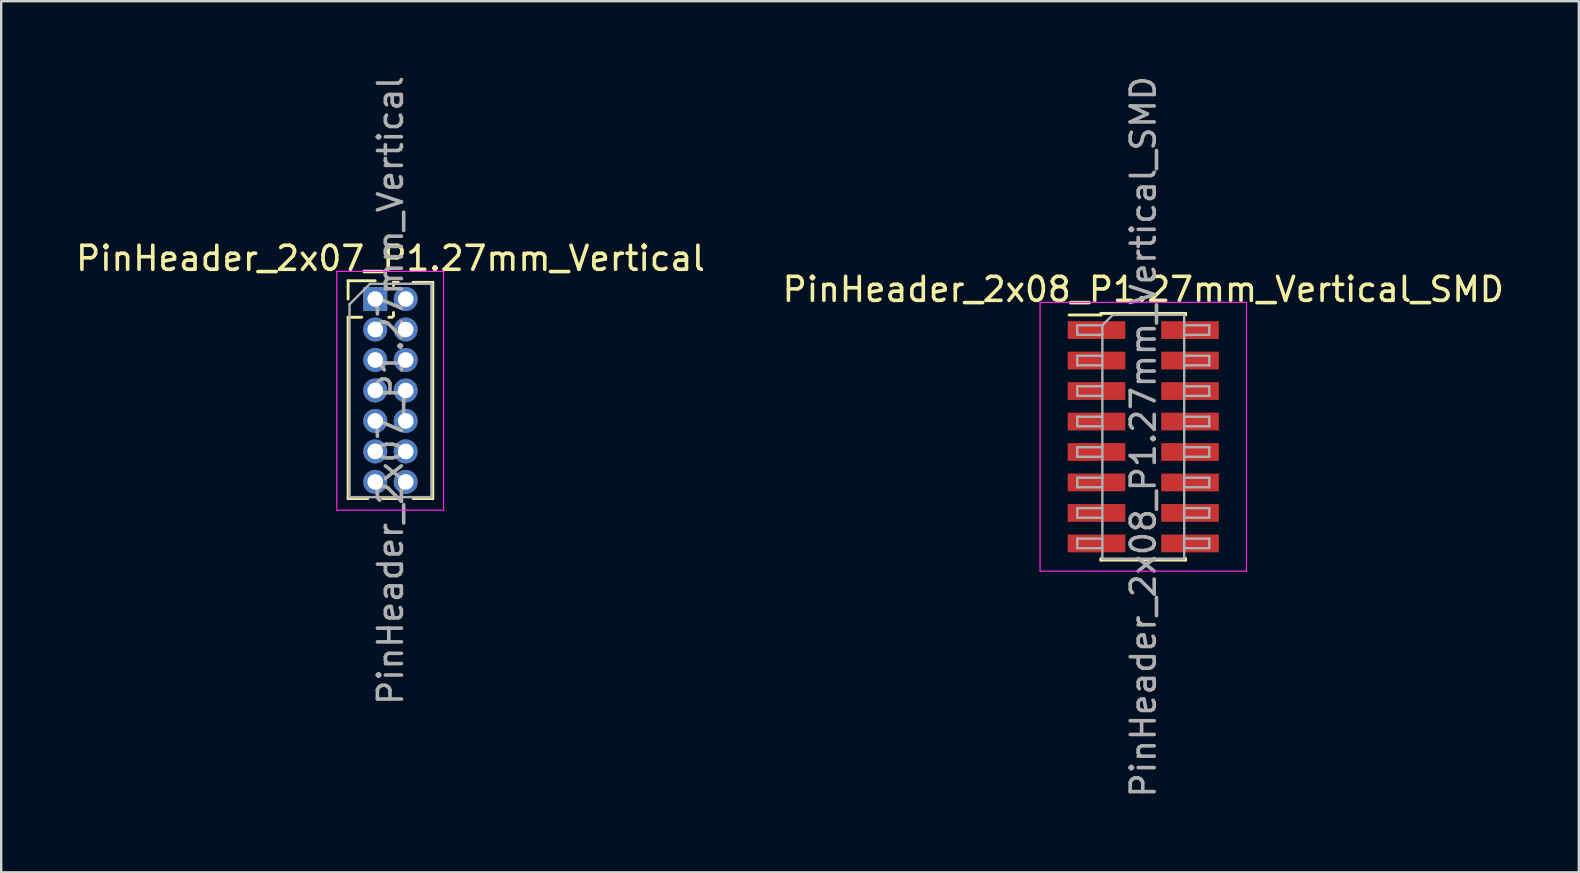
<source format=kicad_pcb>
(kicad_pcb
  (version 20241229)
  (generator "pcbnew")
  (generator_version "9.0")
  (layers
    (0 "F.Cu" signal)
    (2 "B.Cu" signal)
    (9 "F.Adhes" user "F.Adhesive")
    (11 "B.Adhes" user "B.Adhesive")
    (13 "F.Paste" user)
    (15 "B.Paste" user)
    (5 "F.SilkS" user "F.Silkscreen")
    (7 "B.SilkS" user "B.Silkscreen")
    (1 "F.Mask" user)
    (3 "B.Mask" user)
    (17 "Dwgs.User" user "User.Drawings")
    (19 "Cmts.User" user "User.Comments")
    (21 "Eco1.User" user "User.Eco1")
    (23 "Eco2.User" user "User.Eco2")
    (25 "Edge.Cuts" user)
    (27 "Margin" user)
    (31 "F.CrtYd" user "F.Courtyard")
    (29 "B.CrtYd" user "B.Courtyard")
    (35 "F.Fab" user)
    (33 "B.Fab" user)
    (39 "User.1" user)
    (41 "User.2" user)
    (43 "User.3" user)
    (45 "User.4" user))
  (footprint "PinHeader_2x07_P1.27mm_Vertical"
    (layer "F.Cu")
    (at 12.585 9.41)
    (property "Reference" "PinHeader_2x07_P1.27mm_Vertical" (at 0.635 -1.695 0) (layer "F.SilkS") (effects (font (size 1 1) (thickness 0.15))))
    (attr through_hole)
    (fp_line (start -1.13 -0.76) (end 0 -0.76) (stroke (width 0.12) (type solid)) (layer "F.SilkS"))
    (fp_line (start -1.13 0) (end -1.13 -0.76) (stroke (width 0.12) (type solid)) (layer "F.SilkS"))
    (fp_line (start -1.13 0.76) (end -1.13 8.315) (stroke (width 0.12) (type solid)) (layer "F.SilkS"))
    (fp_line (start -1.13 0.76) (end -0.563 0.76) (stroke (width 0.12) (type solid)) (layer "F.SilkS"))
    (fp_line (start -1.13 8.315) (end -0.308 8.315) (stroke (width 0.12) (type solid)) (layer "F.SilkS"))
    (fp_line (start 0.308 8.315) (end 0.962 8.315) (stroke (width 0.12) (type solid)) (layer "F.SilkS"))
    (fp_line (start 0.563 0.76) (end 0.707 0.76) (stroke (width 0.12) (type solid)) (layer "F.SilkS"))
    (fp_line (start 0.76 -0.695) (end 0.962 -0.695) (stroke (width 0.12) (type solid)) (layer "F.SilkS"))
    (fp_line (start 0.76 -0.563) (end 0.76 -0.695) (stroke (width 0.12) (type solid)) (layer "F.SilkS"))
    (fp_line (start 0.76 0.707) (end 0.76 0.563) (stroke (width 0.12) (type solid)) (layer "F.SilkS"))
    (fp_line (start 1.578 -0.695) (end 2.4 -0.695) (stroke (width 0.12) (type solid)) (layer "F.SilkS"))
    (fp_line (start 1.578 8.315) (end 2.4 8.315) (stroke (width 0.12) (type solid)) (layer "F.SilkS"))
    (fp_line (start 2.4 -0.695) (end 2.4 8.315) (stroke (width 0.12) (type solid)) (layer "F.SilkS"))
    (fp_line (start -1.6 -1.15) (end -1.6 8.8) (stroke (width 0.05) (type solid)) (layer "F.CrtYd"))
    (fp_line (start -1.6 8.8) (end 2.85 8.8) (stroke (width 0.05) (type solid)) (layer "F.CrtYd"))
    (fp_line (start 2.85 -1.15) (end -1.6 -1.15) (stroke (width 0.05) (type solid)) (layer "F.CrtYd"))
    (fp_line (start 2.85 8.8) (end 2.85 -1.15) (stroke (width 0.05) (type solid)) (layer "F.CrtYd"))
    (fp_line (start -1.07 0.217) (end -0.217 -0.635) (stroke (width 0.1) (type solid)) (layer "F.Fab"))
    (fp_line (start -1.07 8.255) (end -1.07 0.217) (stroke (width 0.1) (type solid)) (layer "F.Fab"))
    (fp_line (start -0.217 -0.635) (end 2.34 -0.635) (stroke (width 0.1) (type solid)) (layer "F.Fab"))
    (fp_line (start 2.34 -0.635) (end 2.34 8.255) (stroke (width 0.1) (type solid)) (layer "F.Fab"))
    (fp_line (start 2.34 8.255) (end -1.07 8.255) (stroke (width 0.1) (type solid)) (layer "F.Fab"))
    (fp_text user "${REFERENCE}" (at 0.635 3.81 90) (layer "F.Fab") (effects (font (size 1 1) (thickness 0.15))))
    (pad "1" thru_hole rect (at 0 0) (size 1 1) (drill 0.65) (layers "*.Cu" "*.Mask"))
    (pad "2" thru_hole oval (at 1.27 0) (size 1 1) (drill 0.65) (layers "*.Cu" "*.Mask"))
    (pad "3" thru_hole oval (at 0 1.27) (size 1 1) (drill 0.65) (layers "*.Cu" "*.Mask"))
    (pad "4" thru_hole oval (at 1.27 1.27) (size 1 1) (drill 0.65) (layers "*.Cu" "*.Mask"))
    (pad "5" thru_hole oval (at 0 2.54) (size 1 1) (drill 0.65) (layers "*.Cu" "*.Mask"))
    (pad "6" thru_hole oval (at 1.27 2.54) (size 1 1) (drill 0.65) (layers "*.Cu" "*.Mask"))
    (pad "7" thru_hole oval (at 0 3.81) (size 1 1) (drill 0.65) (layers "*.Cu" "*.Mask"))
    (pad "8" thru_hole oval (at 1.27 3.81) (size 1 1) (drill 0.65) (layers "*.Cu" "*.Mask"))
    (pad "9" thru_hole oval (at 0 5.08) (size 1 1) (drill 0.65) (layers "*.Cu" "*.Mask"))
    (pad "10" thru_hole oval (at 1.27 5.08) (size 1 1) (drill 0.65) (layers "*.Cu" "*.Mask"))
    (pad "11" thru_hole oval (at 0 6.35) (size 1 1) (drill 0.65) (layers "*.Cu" "*.Mask"))
    (pad "12" thru_hole oval (at 1.27 6.35) (size 1 1) (drill 0.65) (layers "*.Cu" "*.Mask"))
    (pad "13" thru_hole oval (at 0 7.62) (size 1 1) (drill 0.65) (layers "*.Cu" "*.Mask"))
    (pad "14" thru_hole oval (at 1.27 7.62) (size 1 1) (drill 0.65) (layers "*.Cu" "*.Mask")))
  (footprint "PinHeader_2x08_P1.27mm_Vertical_SMD"
    (layer "F.Cu")
    (at 44.589 15.149)
    (property "Reference" "PinHeader_2x08_P1.27mm_Vertical_SMD" (at 0 -6.14 0) (layer "F.SilkS") (effects (font (size 1 1) (thickness 0.15))))
    (attr smd)
    (fp_line (start -3.09 -5.075) (end -1.765 -5.075) (stroke (width 0.12) (type solid)) (layer "F.SilkS"))
    (fp_line (start -1.765 -5.14) (end -1.765 -5.075) (stroke (width 0.12) (type solid)) (layer "F.SilkS"))
    (fp_line (start -1.765 -5.14) (end 1.765 -5.14) (stroke (width 0.12) (type solid)) (layer "F.SilkS"))
    (fp_line (start -1.765 5.075) (end -1.765 5.14) (stroke (width 0.12) (type solid)) (layer "F.SilkS"))
    (fp_line (start -1.765 5.14) (end 1.765 5.14) (stroke (width 0.12) (type solid)) (layer "F.SilkS"))
    (fp_line (start 1.765 -5.14) (end 1.765 -5.075) (stroke (width 0.12) (type solid)) (layer "F.SilkS"))
    (fp_line (start 1.765 5.075) (end 1.765 5.14) (stroke (width 0.12) (type solid)) (layer "F.SilkS"))
    (fp_line (start -4.3 -5.6) (end -4.3 5.6) (stroke (width 0.05) (type solid)) (layer "F.CrtYd"))
    (fp_line (start -4.3 5.6) (end 4.3 5.6) (stroke (width 0.05) (type solid)) (layer "F.CrtYd"))
    (fp_line (start 4.3 -5.6) (end -4.3 -5.6) (stroke (width 0.05) (type solid)) (layer "F.CrtYd"))
    (fp_line (start 4.3 5.6) (end 4.3 -5.6) (stroke (width 0.05) (type solid)) (layer "F.CrtYd"))
    (fp_line (start -2.75 -4.645) (end -2.75 -4.245) (stroke (width 0.1) (type solid)) (layer "F.Fab"))
    (fp_line (start -2.75 -4.245) (end -1.705 -4.245) (stroke (width 0.1) (type solid)) (layer "F.Fab"))
    (fp_line (start -2.75 -3.375) (end -2.75 -2.975) (stroke (width 0.1) (type solid)) (layer "F.Fab"))
    (fp_line (start -2.75 -2.975) (end -1.705 -2.975) (stroke (width 0.1) (type solid)) (layer "F.Fab"))
    (fp_line (start -2.75 -2.105) (end -2.75 -1.705) (stroke (width 0.1) (type solid)) (layer "F.Fab"))
    (fp_line (start -2.75 -1.705) (end -1.705 -1.705) (stroke (width 0.1) (type solid)) (layer "F.Fab"))
    (fp_line (start -2.75 -0.835) (end -2.75 -0.435) (stroke (width 0.1) (type solid)) (layer "F.Fab"))
    (fp_line (start -2.75 -0.435) (end -1.705 -0.435) (stroke (width 0.1) (type solid)) (layer "F.Fab"))
    (fp_line (start -2.75 0.435) (end -2.75 0.835) (stroke (width 0.1) (type solid)) (layer "F.Fab"))
    (fp_line (start -2.75 0.835) (end -1.705 0.835) (stroke (width 0.1) (type solid)) (layer "F.Fab"))
    (fp_line (start -2.75 1.705) (end -2.75 2.105) (stroke (width 0.1) (type solid)) (layer "F.Fab"))
    (fp_line (start -2.75 2.105) (end -1.705 2.105) (stroke (width 0.1) (type solid)) (layer "F.Fab"))
    (fp_line (start -2.75 2.975) (end -2.75 3.375) (stroke (width 0.1) (type solid)) (layer "F.Fab"))
    (fp_line (start -2.75 3.375) (end -1.705 3.375) (stroke (width 0.1) (type solid)) (layer "F.Fab"))
    (fp_line (start -2.75 4.245) (end -2.75 4.645) (stroke (width 0.1) (type solid)) (layer "F.Fab"))
    (fp_line (start -2.75 4.645) (end -1.705 4.645) (stroke (width 0.1) (type solid)) (layer "F.Fab"))
    (fp_line (start -1.705 -4.645) (end -2.75 -4.645) (stroke (width 0.1) (type solid)) (layer "F.Fab"))
    (fp_line (start -1.705 -4.645) (end -1.27 -5.08) (stroke (width 0.1) (type solid)) (layer "F.Fab"))
    (fp_line (start -1.705 -3.375) (end -2.75 -3.375) (stroke (width 0.1) (type solid)) (layer "F.Fab"))
    (fp_line (start -1.705 -2.105) (end -2.75 -2.105) (stroke (width 0.1) (type solid)) (layer "F.Fab"))
    (fp_line (start -1.705 -0.835) (end -2.75 -0.835) (stroke (width 0.1) (type solid)) (layer "F.Fab"))
    (fp_line (start -1.705 0.435) (end -2.75 0.435) (stroke (width 0.1) (type solid)) (layer "F.Fab"))
    (fp_line (start -1.705 1.705) (end -2.75 1.705) (stroke (width 0.1) (type solid)) (layer "F.Fab"))
    (fp_line (start -1.705 2.975) (end -2.75 2.975) (stroke (width 0.1) (type solid)) (layer "F.Fab"))
    (fp_line (start -1.705 4.245) (end -2.75 4.245) (stroke (width 0.1) (type solid)) (layer "F.Fab"))
    (fp_line (start -1.705 5.08) (end -1.705 -4.645) (stroke (width 0.1) (type solid)) (layer "F.Fab"))
    (fp_line (start -1.27 -5.08) (end 1.705 -5.08) (stroke (width 0.1) (type solid)) (layer "F.Fab"))
    (fp_line (start 1.705 -5.08) (end 1.705 5.08) (stroke (width 0.1) (type solid)) (layer "F.Fab"))
    (fp_line (start 1.705 -4.645) (end 2.75 -4.645) (stroke (width 0.1) (type solid)) (layer "F.Fab"))
    (fp_line (start 1.705 -3.375) (end 2.75 -3.375) (stroke (width 0.1) (type solid)) (layer "F.Fab"))
    (fp_line (start 1.705 -2.105) (end 2.75 -2.105) (stroke (width 0.1) (type solid)) (layer "F.Fab"))
    (fp_line (start 1.705 -0.835) (end 2.75 -0.835) (stroke (width 0.1) (type solid)) (layer "F.Fab"))
    (fp_line (start 1.705 0.435) (end 2.75 0.435) (stroke (width 0.1) (type solid)) (layer "F.Fab"))
    (fp_line (start 1.705 1.705) (end 2.75 1.705) (stroke (width 0.1) (type solid)) (layer "F.Fab"))
    (fp_line (start 1.705 2.975) (end 2.75 2.975) (stroke (width 0.1) (type solid)) (layer "F.Fab"))
    (fp_line (start 1.705 4.245) (end 2.75 4.245) (stroke (width 0.1) (type solid)) (layer "F.Fab"))
    (fp_line (start 1.705 5.08) (end -1.705 5.08) (stroke (width 0.1) (type solid)) (layer "F.Fab"))
    (fp_line (start 2.75 -4.645) (end 2.75 -4.245) (stroke (width 0.1) (type solid)) (layer "F.Fab"))
    (fp_line (start 2.75 -4.245) (end 1.705 -4.245) (stroke (width 0.1) (type solid)) (layer "F.Fab"))
    (fp_line (start 2.75 -3.375) (end 2.75 -2.975) (stroke (width 0.1) (type solid)) (layer "F.Fab"))
    (fp_line (start 2.75 -2.975) (end 1.705 -2.975) (stroke (width 0.1) (type solid)) (layer "F.Fab"))
    (fp_line (start 2.75 -2.105) (end 2.75 -1.705) (stroke (width 0.1) (type solid)) (layer "F.Fab"))
    (fp_line (start 2.75 -1.705) (end 1.705 -1.705) (stroke (width 0.1) (type solid)) (layer "F.Fab"))
    (fp_line (start 2.75 -0.835) (end 2.75 -0.435) (stroke (width 0.1) (type solid)) (layer "F.Fab"))
    (fp_line (start 2.75 -0.435) (end 1.705 -0.435) (stroke (width 0.1) (type solid)) (layer "F.Fab"))
    (fp_line (start 2.75 0.435) (end 2.75 0.835) (stroke (width 0.1) (type solid)) (layer "F.Fab"))
    (fp_line (start 2.75 0.835) (end 1.705 0.835) (stroke (width 0.1) (type solid)) (layer "F.Fab"))
    (fp_line (start 2.75 1.705) (end 2.75 2.105) (stroke (width 0.1) (type solid)) (layer "F.Fab"))
    (fp_line (start 2.75 2.105) (end 1.705 2.105) (stroke (width 0.1) (type solid)) (layer "F.Fab"))
    (fp_line (start 2.75 2.975) (end 2.75 3.375) (stroke (width 0.1) (type solid)) (layer "F.Fab"))
    (fp_line (start 2.75 3.375) (end 1.705 3.375) (stroke (width 0.1) (type solid)) (layer "F.Fab"))
    (fp_line (start 2.75 4.245) (end 2.75 4.645) (stroke (width 0.1) (type solid)) (layer "F.Fab"))
    (fp_line (start 2.75 4.645) (end 1.705 4.645) (stroke (width 0.1) (type solid)) (layer "F.Fab"))
    (fp_text user "${REFERENCE}" (at 0 0 90) (layer "F.Fab") (effects (font (size 1 1) (thickness 0.15))))
    (pad "1" smd rect (at -1.95 -4.445) (size 2.4 0.74) (layers "F.Cu" "F.Mask" "F.Paste"))
    (pad "2" smd rect (at 1.95 -4.445) (size 2.4 0.74) (layers "F.Cu" "F.Mask" "F.Paste"))
    (pad "3" smd rect (at -1.95 -3.175) (size 2.4 0.74) (layers "F.Cu" "F.Mask" "F.Paste"))
    (pad "4" smd rect (at 1.95 -3.175) (size 2.4 0.74) (layers "F.Cu" "F.Mask" "F.Paste"))
    (pad "5" smd rect (at -1.95 -1.905) (size 2.4 0.74) (layers "F.Cu" "F.Mask" "F.Paste"))
    (pad "6" smd rect (at 1.95 -1.905) (size 2.4 0.74) (layers "F.Cu" "F.Mask" "F.Paste"))
    (pad "7" smd rect (at -1.95 -0.635) (size 2.4 0.74) (layers "F.Cu" "F.Mask" "F.Paste"))
    (pad "8" smd rect (at 1.95 -0.635) (size 2.4 0.74) (layers "F.Cu" "F.Mask" "F.Paste"))
    (pad "9" smd rect (at -1.95 0.635) (size 2.4 0.74) (layers "F.Cu" "F.Mask" "F.Paste"))
    (pad "10" smd rect (at 1.95 0.635) (size 2.4 0.74) (layers "F.Cu" "F.Mask" "F.Paste"))
    (pad "11" smd rect (at -1.95 1.905) (size 2.4 0.74) (layers "F.Cu" "F.Mask" "F.Paste"))
    (pad "12" smd rect (at 1.95 1.905) (size 2.4 0.74) (layers "F.Cu" "F.Mask" "F.Paste"))
    (pad "13" smd rect (at -1.95 3.175) (size 2.4 0.74) (layers "F.Cu" "F.Mask" "F.Paste"))
    (pad "14" smd rect (at 1.95 3.175) (size 2.4 0.74) (layers "F.Cu" "F.Mask" "F.Paste"))
    (pad "15" smd rect (at -1.95 4.445) (size 2.4 0.74) (layers "F.Cu" "F.Mask" "F.Paste"))
    (pad "16" smd rect (at 1.95 4.445) (size 2.4 0.74) (layers "F.Cu" "F.Mask" "F.Paste")))
  (gr_rect
    (start -3 -3)
    (end 62.738 33.298)
    (stroke (width 0.1) (type default))
    (fill no)
    (layer "Edge.Cuts")))
</source>
